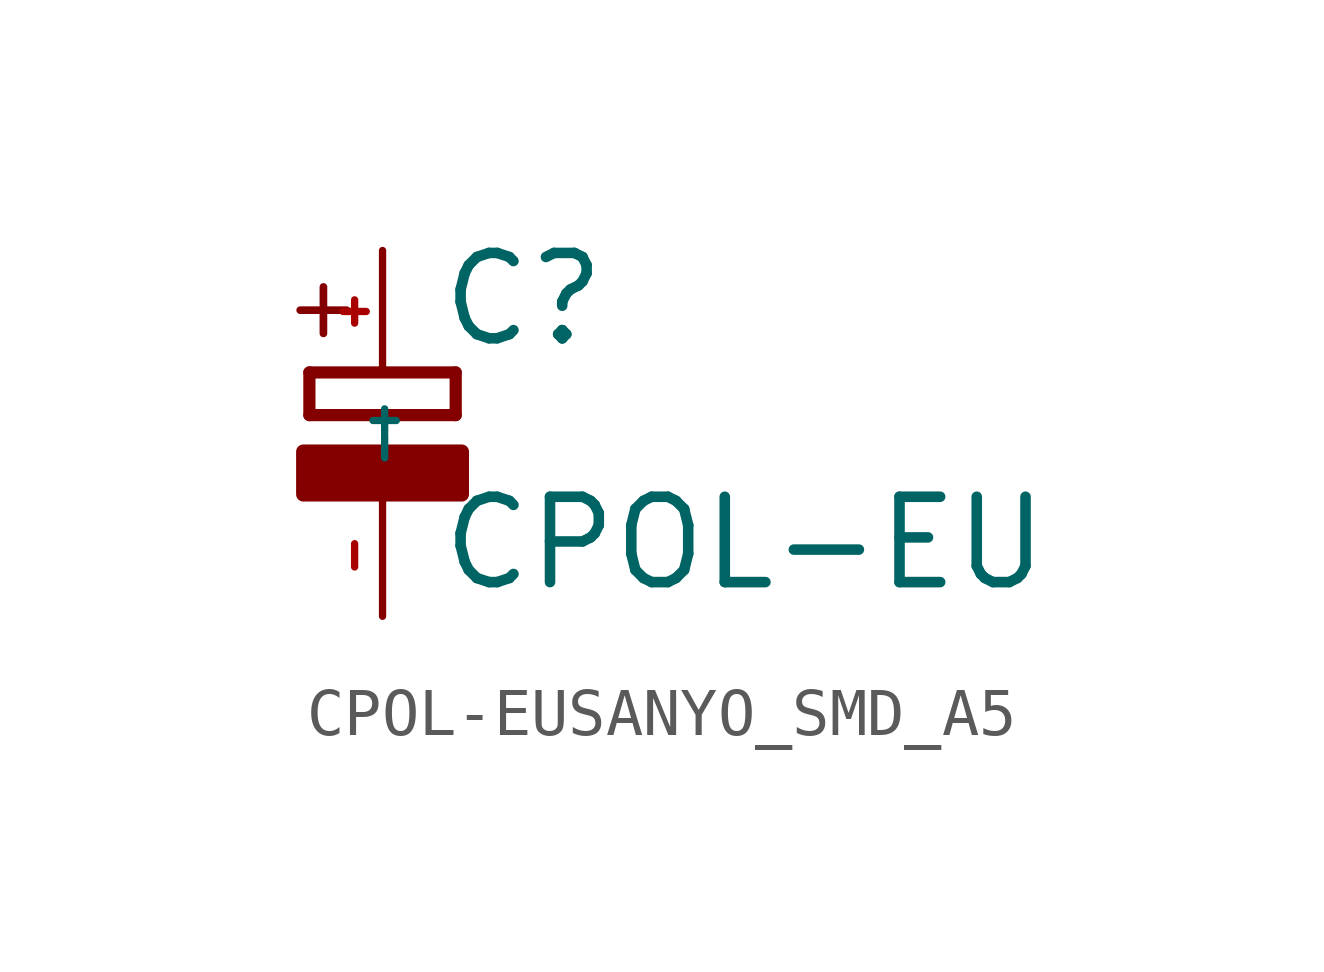
<source format=kicad_sym>
(kicad_symbol_lib
  (version 20220914)
  (generator Eagle2Kicad)
  (symbol "CPOL-EUSANYO_SMD_A5"
    (property "Reference" "C"
      (at 1.143 0.483 0)
      (effects (font (size 1.778 1.778) (thickness 0.22)) (justify left bottom)))
    (property "Value" "CPOL-EU"
      (at 1.143 -4.597 0)
      (effects (font (size 1.778 1.778) (thickness 0.22)) (justify left bottom)))
    (polyline
      (pts (xy -1.524 -0.889) (xy 1.524 -0.889))
      (stroke (width 0.254) (type default))
      (fill (type none)))
    (polyline
      (pts (xy 1.524 -0.889) (xy 1.524 0))
      (stroke (width 0.254) (type default))
      (fill (type none)))
    (polyline
      (pts (xy -1.524 0) (xy -1.524 -0.889))
      (stroke (width 0.254) (type default))
      (fill (type none)))
    (polyline
      (pts (xy -1.524 0) (xy 1.524 0))
      (stroke (width 0.254) (type default))
      (fill (type none)))
    (text "+"
      (at -0.584 0.406 900)
      (effects (font (size 1.27 1.27) (thickness 0.16)) (justify left bottom)))
    (rectangle
      (start -1.651 -2.54)
      (end 1.651 -1.651)
      (stroke (width 0.3) (type default))
      (fill (type outline)))
    (pin passive line
      (at 0 -5.08 90)
      (length 2.54)
      (name "-" (effects (font (size 0.635 0.635) (thickness 0.08)) (justify left bottom)))
      (number "-" (effects (font (size 0.635 0.635) (thickness 0.08)) (justify left bottom))))
    (pin passive line
      (at 0 2.54 270)
      (length 2.54)
      (name "+" (effects (font (size 0.635 0.635) (thickness 0.08)) (justify left bottom)))
      (number "+" (effects (font (size 0.635 0.635) (thickness 0.08)) (justify left bottom))))))
</source>
